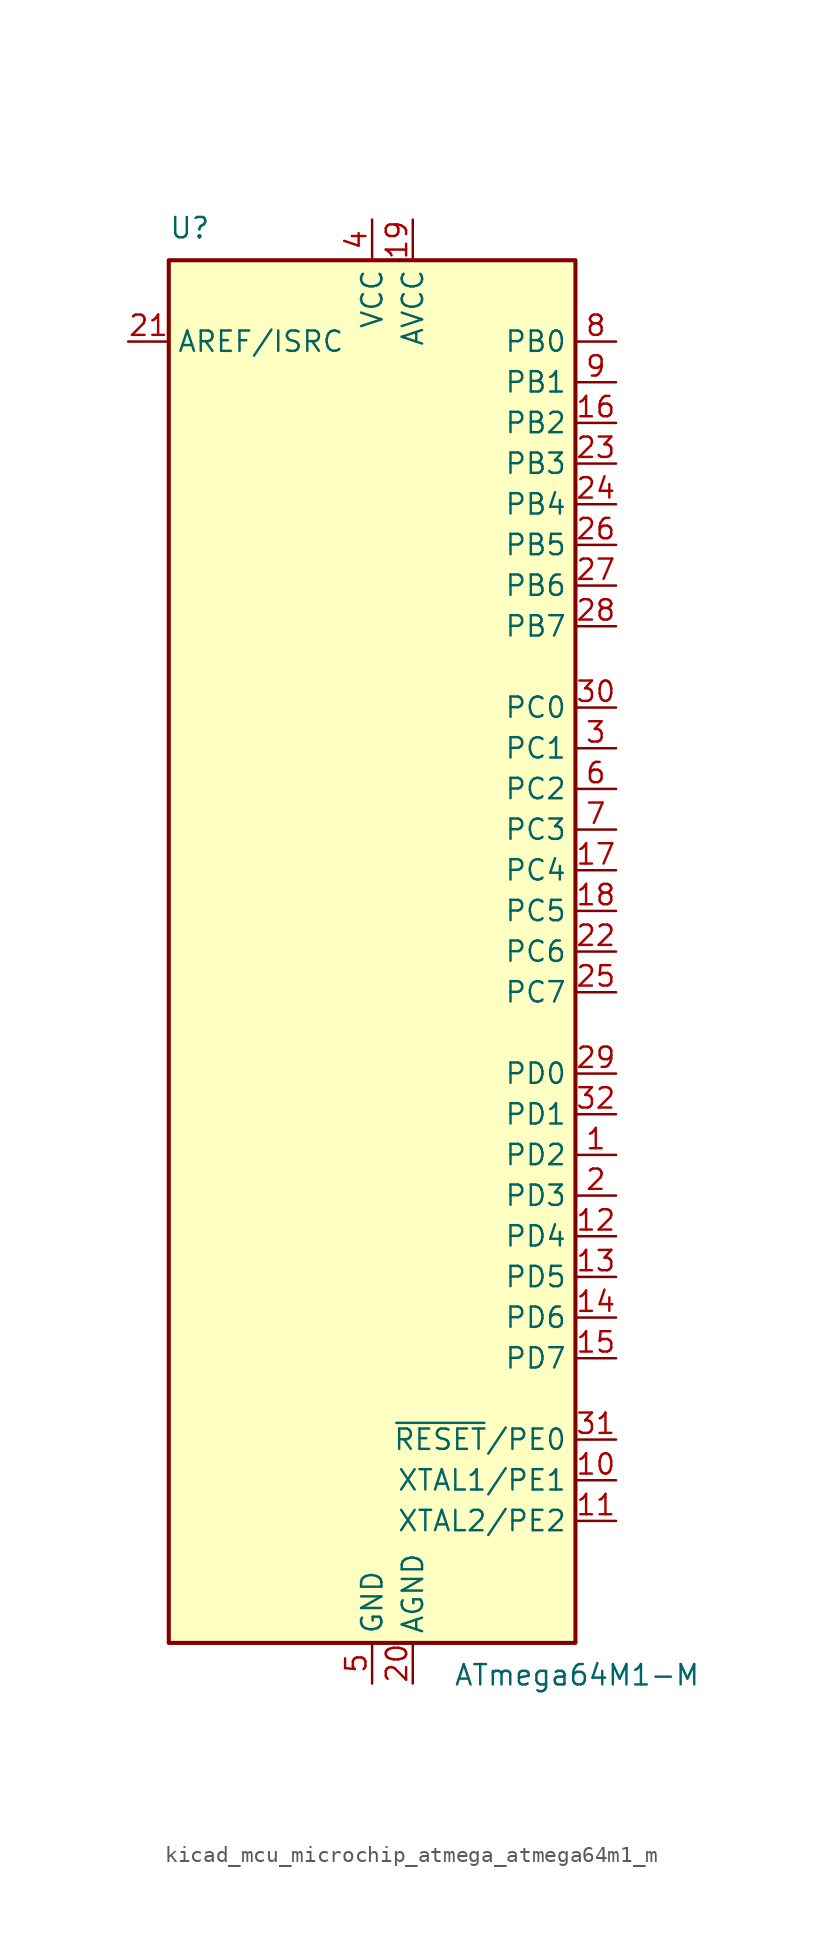
<source format=kicad_sym>
(kicad_symbol_lib
  (version 20220914)
  (generator kicad_symbol_editor)
  (symbol "kicad_mcu_microchip_atmega_atmega64m1_m"
    (property "Reference" "U"
      (at -12.7 44.45 0)
      (effects (font (size 1.27 1.27)) (justify left bottom)))
    (property "Value" "ATmega64M1-M"
      (at 5.08 -44.45 0)
      (effects (font (size 1.27 1.27)) (justify left top)))
    (symbol "kicad_mcu_microchip_atmega_atmega64m1_m_0_1"
      (rectangle (start -12.7 -43.18) (end 12.7 43.18) (stroke (width 0.254) (type default)) (fill (type background))))
    (symbol "kicad_mcu_microchip_atmega_atmega64m1_m_1_1"
      (pin bidirectional line (at 15.24 -12.7 180) (length 2.54) (name "PD2" (effects (font (size 1.27 1.27)))) (number "1" (effects (font (size 1.27 1.27)))))
      (pin bidirectional line (at 15.24 -33.02 180) (length 2.54) (name "XTAL1/PE1" (effects (font (size 1.27 1.27)))) (number "10" (effects (font (size 1.27 1.27)))))
      (pin bidirectional line (at 15.24 -35.56 180) (length 2.54) (name "XTAL2/PE2" (effects (font (size 1.27 1.27)))) (number "11" (effects (font (size 1.27 1.27)))))
      (pin bidirectional line (at 15.24 -17.78 180) (length 2.54) (name "PD4" (effects (font (size 1.27 1.27)))) (number "12" (effects (font (size 1.27 1.27)))))
      (pin bidirectional line (at 15.24 -20.32 180) (length 2.54) (name "PD5" (effects (font (size 1.27 1.27)))) (number "13" (effects (font (size 1.27 1.27)))))
      (pin bidirectional line (at 15.24 -22.86 180) (length 2.54) (name "PD6" (effects (font (size 1.27 1.27)))) (number "14" (effects (font (size 1.27 1.27)))))
      (pin bidirectional line (at 15.24 -25.4 180) (length 2.54) (name "PD7" (effects (font (size 1.27 1.27)))) (number "15" (effects (font (size 1.27 1.27)))))
      (pin bidirectional line (at 15.24 33.02 180) (length 2.54) (name "PB2" (effects (font (size 1.27 1.27)))) (number "16" (effects (font (size 1.27 1.27)))))
      (pin bidirectional line (at 15.24 5.08 180) (length 2.54) (name "PC4" (effects (font (size 1.27 1.27)))) (number "17" (effects (font (size 1.27 1.27)))))
      (pin bidirectional line (at 15.24 2.54 180) (length 2.54) (name "PC5" (effects (font (size 1.27 1.27)))) (number "18" (effects (font (size 1.27 1.27)))))
      (pin power_in line (at 2.54 45.72 270) (length 2.54) (name "AVCC" (effects (font (size 1.27 1.27)))) (number "19" (effects (font (size 1.27 1.27)))))
      (pin bidirectional line (at 15.24 -15.24 180) (length 2.54) (name "PD3" (effects (font (size 1.27 1.27)))) (number "2" (effects (font (size 1.27 1.27)))))
      (pin power_in line (at 2.54 -45.72 90) (length 2.54) (name "AGND" (effects (font (size 1.27 1.27)))) (number "20" (effects (font (size 1.27 1.27)))))
      (pin passive line (at -15.24 38.1 0) (length 2.54) (name "AREF/ISRC" (effects (font (size 1.27 1.27)))) (number "21" (effects (font (size 1.27 1.27)))))
      (pin bidirectional line (at 15.24 0 180) (length 2.54) (name "PC6" (effects (font (size 1.27 1.27)))) (number "22" (effects (font (size 1.27 1.27)))))
      (pin bidirectional line (at 15.24 30.48 180) (length 2.54) (name "PB3" (effects (font (size 1.27 1.27)))) (number "23" (effects (font (size 1.27 1.27)))))
      (pin bidirectional line (at 15.24 27.94 180) (length 2.54) (name "PB4" (effects (font (size 1.27 1.27)))) (number "24" (effects (font (size 1.27 1.27)))))
      (pin bidirectional line (at 15.24 -2.54 180) (length 2.54) (name "PC7" (effects (font (size 1.27 1.27)))) (number "25" (effects (font (size 1.27 1.27)))))
      (pin bidirectional line (at 15.24 25.4 180) (length 2.54) (name "PB5" (effects (font (size 1.27 1.27)))) (number "26" (effects (font (size 1.27 1.27)))))
      (pin bidirectional line (at 15.24 22.86 180) (length 2.54) (name "PB6" (effects (font (size 1.27 1.27)))) (number "27" (effects (font (size 1.27 1.27)))))
      (pin bidirectional line (at 15.24 20.32 180) (length 2.54) (name "PB7" (effects (font (size 1.27 1.27)))) (number "28" (effects (font (size 1.27 1.27)))))
      (pin bidirectional line (at 15.24 -7.62 180) (length 2.54) (name "PD0" (effects (font (size 1.27 1.27)))) (number "29" (effects (font (size 1.27 1.27)))))
      (pin bidirectional line (at 15.24 12.7 180) (length 2.54) (name "PC1" (effects (font (size 1.27 1.27)))) (number "3" (effects (font (size 1.27 1.27)))))
      (pin bidirectional line (at 15.24 15.24 180) (length 2.54) (name "PC0" (effects (font (size 1.27 1.27)))) (number "30" (effects (font (size 1.27 1.27)))))
      (pin bidirectional line (at 15.24 -30.48 180) (length 2.54) (name "~{RESET}/PE0" (effects (font (size 1.27 1.27)))) (number "31" (effects (font (size 1.27 1.27)))))
      (pin bidirectional line (at 15.24 -10.16 180) (length 2.54) (name "PD1" (effects (font (size 1.27 1.27)))) (number "32" (effects (font (size 1.27 1.27)))))
      (pin passive line (at 0 -45.72 90) (length 2.54) hide (name "GND" (effects (font (size 1.27 1.27)))) (number "33" (effects (font (size 1.27 1.27)))))
      (pin power_in line (at 0 45.72 270) (length 2.54) (name "VCC" (effects (font (size 1.27 1.27)))) (number "4" (effects (font (size 1.27 1.27)))))
      (pin power_in line (at 0 -45.72 90) (length 2.54) (name "GND" (effects (font (size 1.27 1.27)))) (number "5" (effects (font (size 1.27 1.27)))))
      (pin bidirectional line (at 15.24 10.16 180) (length 2.54) (name "PC2" (effects (font (size 1.27 1.27)))) (number "6" (effects (font (size 1.27 1.27)))))
      (pin bidirectional line (at 15.24 7.62 180) (length 2.54) (name "PC3" (effects (font (size 1.27 1.27)))) (number "7" (effects (font (size 1.27 1.27)))))
      (pin bidirectional line (at 15.24 38.1 180) (length 2.54) (name "PB0" (effects (font (size 1.27 1.27)))) (number "8" (effects (font (size 1.27 1.27)))))
      (pin bidirectional line (at 15.24 35.56 180) (length 2.54) (name "PB1" (effects (font (size 1.27 1.27)))) (number "9" (effects (font (size 1.27 1.27))))))))
</source>
